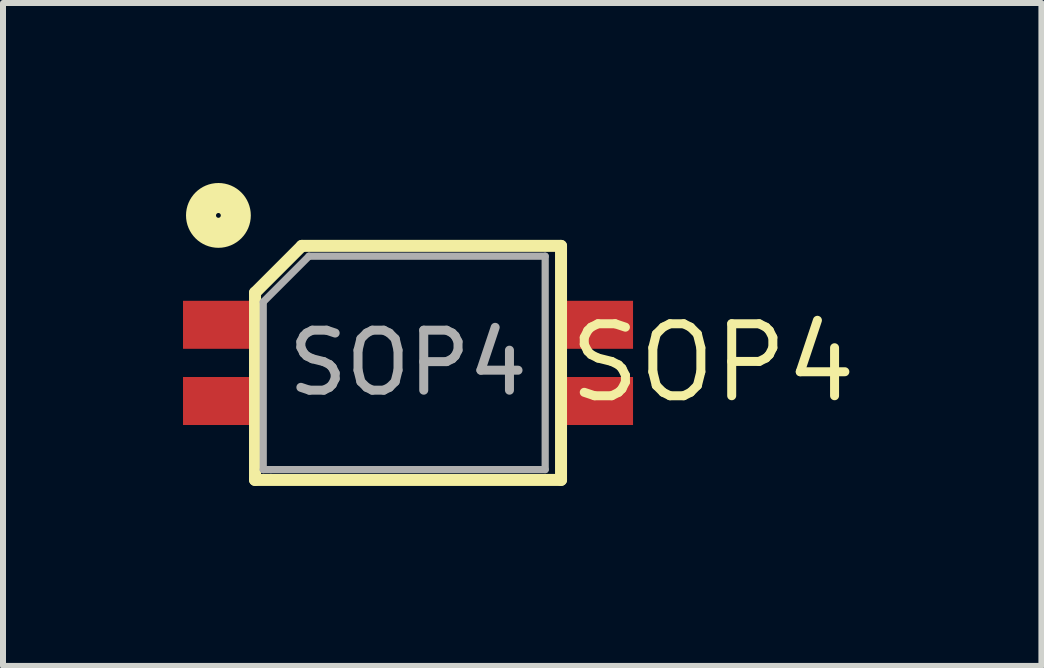
<source format=kicad_pcb>
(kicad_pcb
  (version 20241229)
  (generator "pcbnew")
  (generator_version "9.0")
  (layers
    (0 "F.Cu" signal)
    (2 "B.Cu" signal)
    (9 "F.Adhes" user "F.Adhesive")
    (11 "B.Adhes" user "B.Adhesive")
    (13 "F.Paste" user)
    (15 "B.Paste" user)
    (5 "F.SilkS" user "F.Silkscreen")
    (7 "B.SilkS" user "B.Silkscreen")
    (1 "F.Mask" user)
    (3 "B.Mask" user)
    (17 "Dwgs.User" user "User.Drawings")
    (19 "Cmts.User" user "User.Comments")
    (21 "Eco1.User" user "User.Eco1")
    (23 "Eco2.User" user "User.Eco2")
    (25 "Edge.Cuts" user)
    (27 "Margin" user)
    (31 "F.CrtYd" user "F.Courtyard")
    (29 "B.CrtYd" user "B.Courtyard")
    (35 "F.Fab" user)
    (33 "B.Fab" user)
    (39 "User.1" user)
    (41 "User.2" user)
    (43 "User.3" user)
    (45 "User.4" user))
  (footprint "SOP4"
    (layer "F.Cu")
    (at 3.75 2.998)
    (property "Reference" "SOP4" (at 5.08 0 0) (layer "F.SilkS") (effects (font (size 1.2 1.2) (thickness 0.15))))
    (attr through_hole)
    (fp_line (start -2.55 -1.17) (end -2.55 1.95) (stroke (width 0.2) (type solid)) (layer "F.SilkS"))
    (fp_line (start -2.55 1.95) (end 2.55 1.95) (stroke (width 0.2) (type solid)) (layer "F.SilkS"))
    (fp_line (start -1.77 -1.95) (end -2.55 -1.17) (stroke (width 0.2) (type solid)) (layer "F.SilkS"))
    (fp_line (start 2.55 -1.95) (end -1.77 -1.95) (stroke (width 0.2) (type solid)) (layer "F.SilkS"))
    (fp_line (start 2.55 1.95) (end 2.55 -1.95) (stroke (width 0.2) (type solid)) (layer "F.SilkS"))
    (fp_circle (center -3.16 -2.458) (end -3.16 -2.168) (stroke (width 0.5) (type solid)) (fill no) (layer "F.SilkS"))
    (fp_line (start -2.413 -1.016) (end -2.413 1.778) (stroke (width 0.12) (type solid)) (layer "F.Fab"))
    (fp_line (start -2.413 1.778) (end -2.286 1.778) (stroke (width 0.12) (type solid)) (layer "F.Fab"))
    (fp_line (start -2.286 1.778) (end 2.286 1.778) (stroke (width 0.12) (type solid)) (layer "F.Fab"))
    (fp_line (start -1.651 -1.778) (end -2.413 -1.016) (stroke (width 0.12) (type solid)) (layer "F.Fab"))
    (fp_line (start 2.286 -1.778) (end -1.651 -1.778) (stroke (width 0.12) (type solid)) (layer "F.Fab"))
    (fp_line (start 2.286 1.778) (end 2.286 -1.778) (stroke (width 0.12) (type solid)) (layer "F.Fab"))
    (fp_text user "${REFERENCE}" (at 0 0 0) (layer "F.Fab") (effects (font (size 1 1) (thickness 0.15))))
    (pad "1" smd rect (at -3.15 -0.635) (size 1.2 0.8) (layers "F.Cu" "F.Mask" "F.Paste"))
    (pad "2" smd rect (at -3.15 0.635) (size 1.2 0.8) (layers "F.Cu" "F.Mask" "F.Paste"))
    (pad "3" smd rect (at 3.15 0.635) (size 1.2 0.8) (layers "F.Cu" "F.Mask" "F.Paste"))
    (pad "4" smd rect (at 3.15 -0.635) (size 1.2 0.8) (layers "F.Cu" "F.Mask" "F.Paste")))
  (gr_rect
    (start -3 -3)
    (end 14.306 8.048)
    (stroke (width 0.1) (type default))
    (fill no)
    (layer "Edge.Cuts")))
</source>
